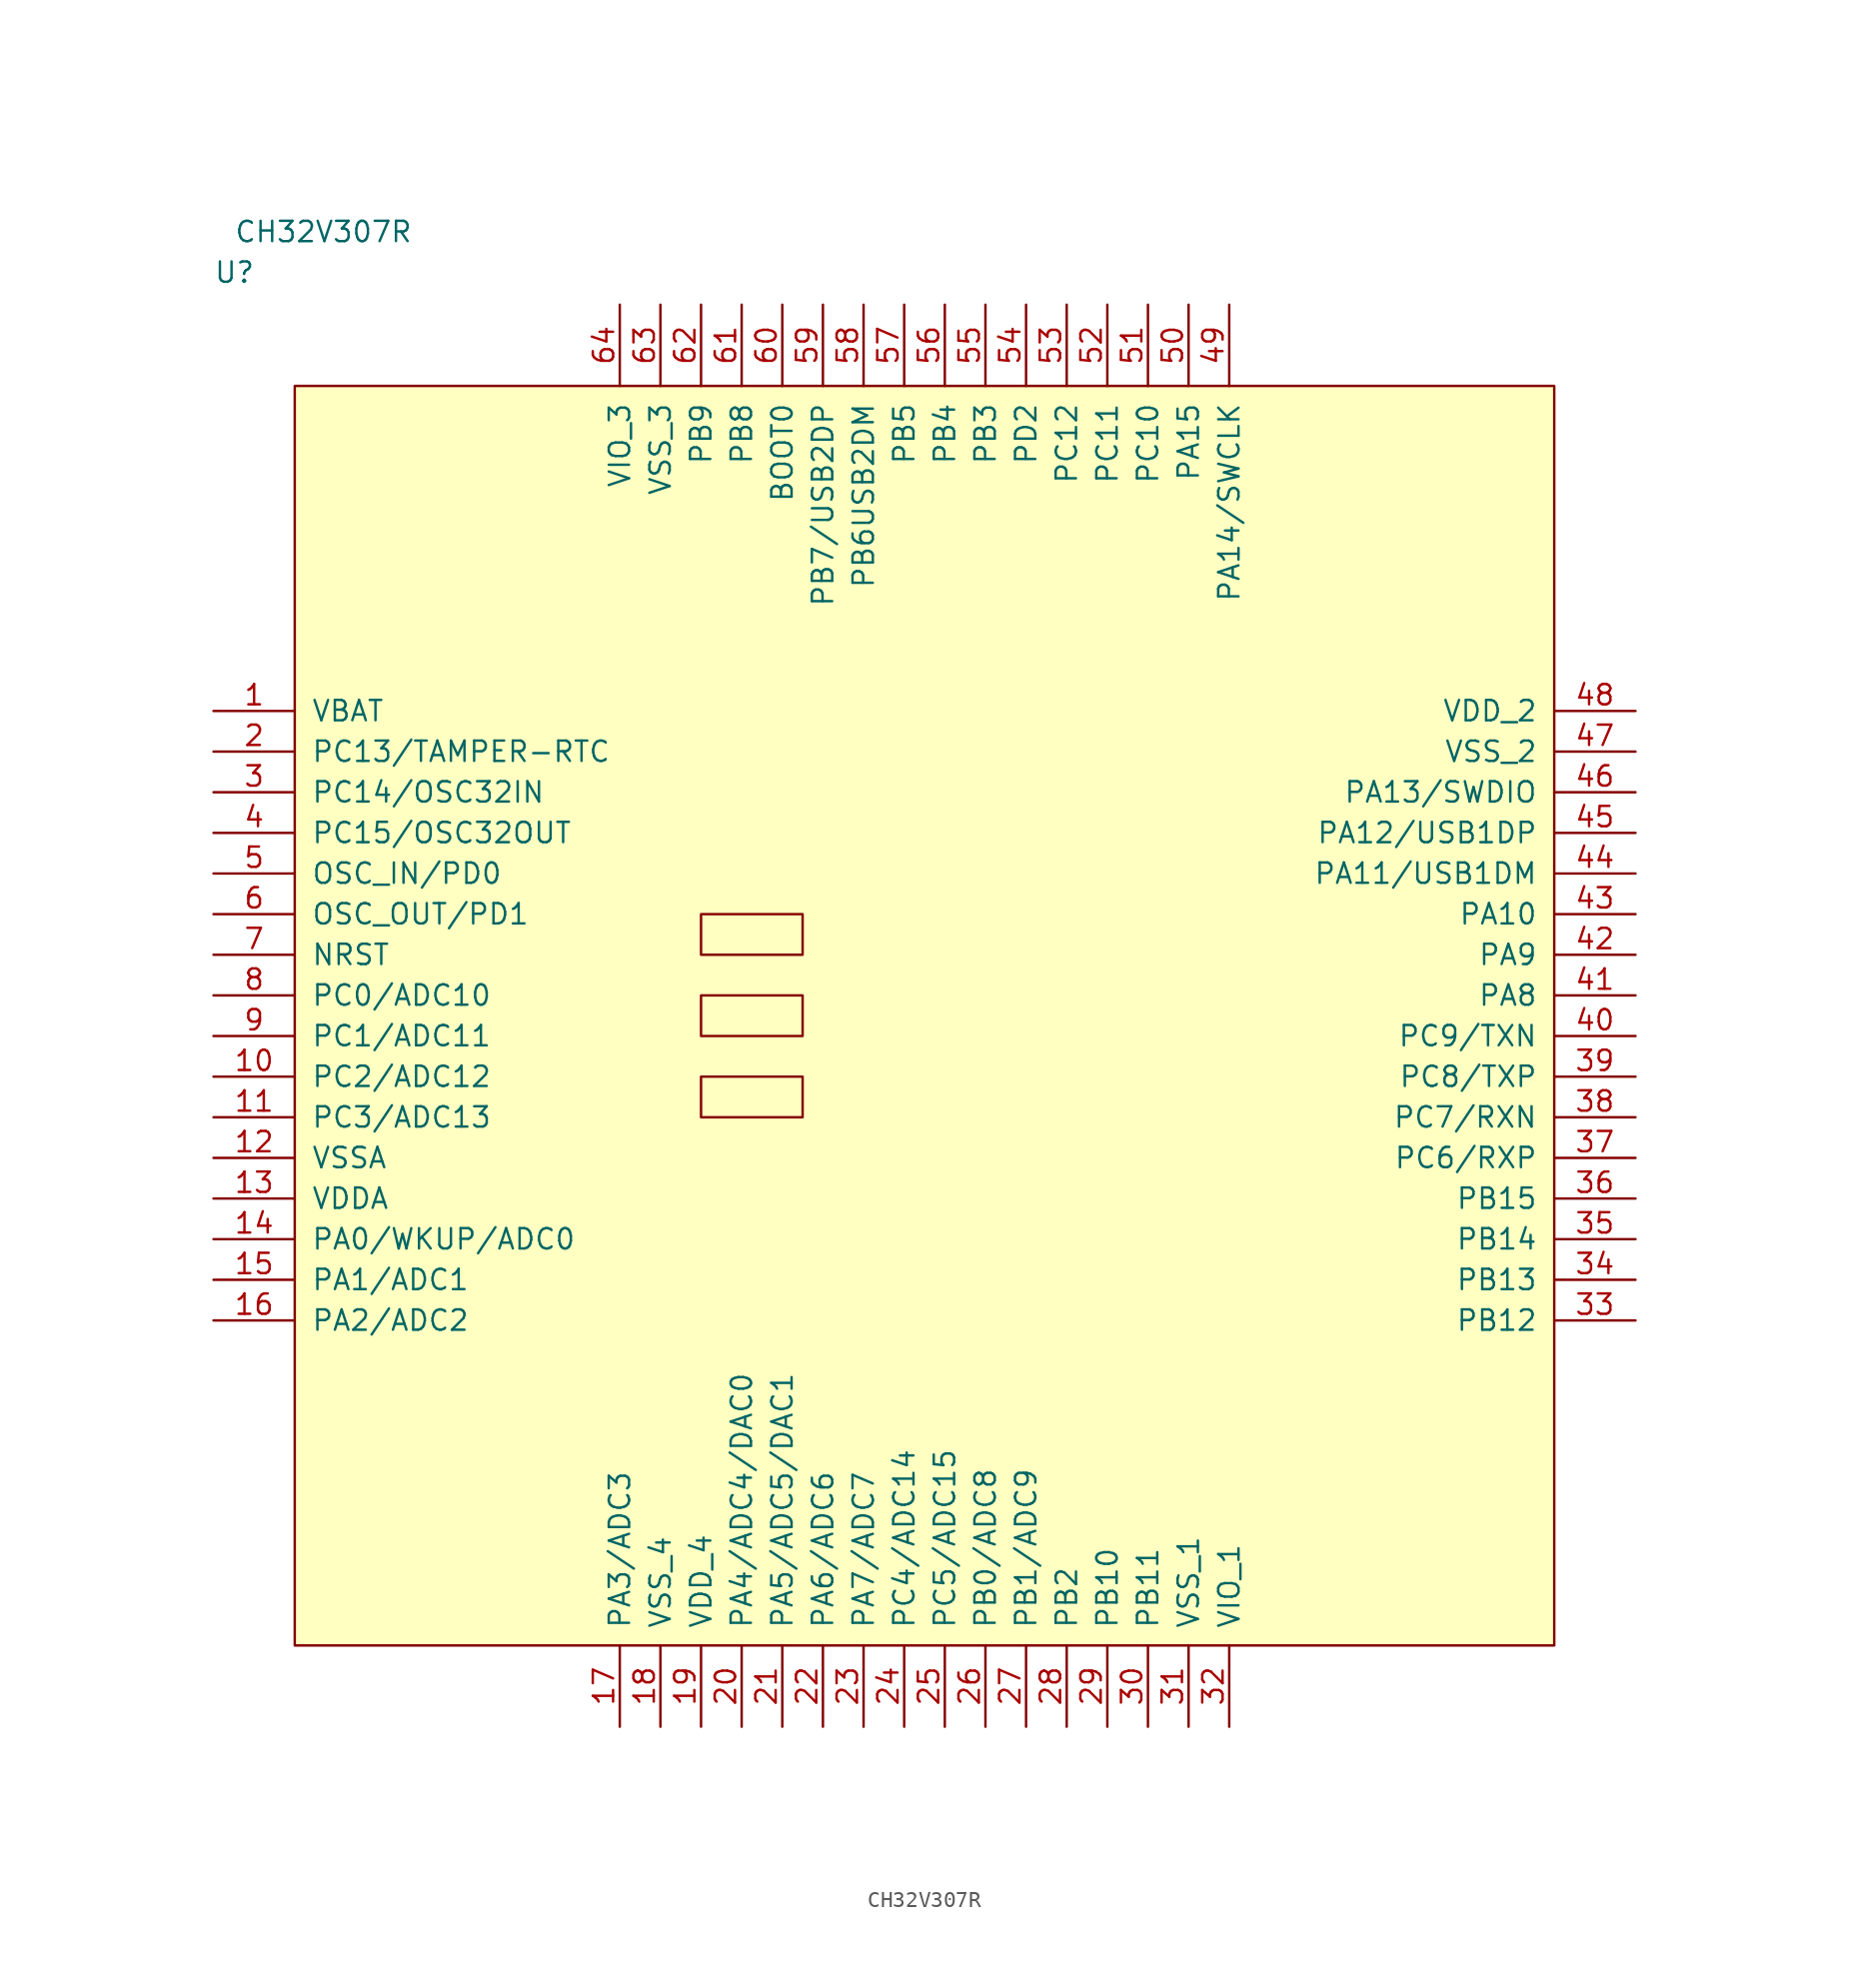
<source format=kicad_sym>
(kicad_symbol_lib
  (version 20211014)
  (generator kicad_symbol_editor)
  (symbol "CH32V307R"
    (pin_names
      (offset 1.016))
    (property "Reference" "U"
      (at -5.08 6.35 0)
      (effects (font (size 1.27 1.27)) (justify left bottom)))
    (property "Value" "CH32V307R"
      (at -3.81 8.89 0)
      (effects (font (size 1.27 1.27)) (justify left bottom)))
    (symbol "CH32V307R_1_1"
      (rectangle (start 0 -78.74) (end 78.74 0) (stroke (width 0) (type default) (color 0 0 0 0)) (fill (type background)))
      (rectangle (start 25.4 -45.72) (end 31.75 -43.18) (stroke (width 0) (type default) (color 0 0 0 0)) (fill (type background)))
      (rectangle (start 25.4 -40.64) (end 31.75 -38.1) (stroke (width 0) (type default) (color 0 0 0 0)) (fill (type background)))
      (rectangle (start 25.4 -35.56) (end 31.75 -33.02) (stroke (width 0) (type default) (color 0 0 0 0)) (fill (type background)))
      (pin power_in line (at -5.08 -20.32 0) (length 5.08) (name "VBAT" (effects (font (size 1.27 1.27)))) (number "1" (effects (font (size 1.27 1.27)))))
      (pin bidirectional line (at -5.08 -43.18 0) (length 5.08) (name "PC2/ADC12" (effects (font (size 1.27 1.27)))) (number "10" (effects (font (size 1.27 1.27)))))
      (pin bidirectional line (at -5.08 -45.72 0) (length 5.08) (name "PC3/ADC13" (effects (font (size 1.27 1.27)))) (number "11" (effects (font (size 1.27 1.27)))))
      (pin power_in line (at -5.08 -48.26 0) (length 5.08) (name "VSSA" (effects (font (size 1.27 1.27)))) (number "12" (effects (font (size 1.27 1.27)))))
      (pin power_in line (at -5.08 -50.8 0) (length 5.08) (name "VDDA" (effects (font (size 1.27 1.27)))) (number "13" (effects (font (size 1.27 1.27)))))
      (pin bidirectional line (at -5.08 -53.34 0) (length 5.08) (name "PA0/WKUP/ADC0" (effects (font (size 1.27 1.27)))) (number "14" (effects (font (size 1.27 1.27)))))
      (pin bidirectional line (at -5.08 -55.88 0) (length 5.08) (name "PA1/ADC1" (effects (font (size 1.27 1.27)))) (number "15" (effects (font (size 1.27 1.27)))))
      (pin bidirectional line (at -5.08 -58.42 0) (length 5.08) (name "PA2/ADC2" (effects (font (size 1.27 1.27)))) (number "16" (effects (font (size 1.27 1.27)))))
      (pin bidirectional line (at 20.32 -83.82 90) (length 5.08) (name "PA3/ADC3" (effects (font (size 1.27 1.27)))) (number "17" (effects (font (size 1.27 1.27)))))
      (pin power_in line (at 22.86 -83.82 90) (length 5.08) (name "VSS_4" (effects (font (size 1.27 1.27)))) (number "18" (effects (font (size 1.27 1.27)))))
      (pin power_in line (at 25.4 -83.82 90) (length 5.08) (name "VDD_4" (effects (font (size 1.27 1.27)))) (number "19" (effects (font (size 1.27 1.27)))))
      (pin bidirectional line (at -5.08 -22.86 0) (length 5.08) (name "PC13/TAMPER-RTC" (effects (font (size 1.27 1.27)))) (number "2" (effects (font (size 1.27 1.27)))))
      (pin bidirectional line (at 27.94 -83.82 90) (length 5.08) (name "PA4/ADC4/DAC0" (effects (font (size 1.27 1.27)))) (number "20" (effects (font (size 1.27 1.27)))))
      (pin bidirectional line (at 30.48 -83.82 90) (length 5.08) (name "PA5/ADC5/DAC1" (effects (font (size 1.27 1.27)))) (number "21" (effects (font (size 1.27 1.27)))))
      (pin bidirectional line (at 33.02 -83.82 90) (length 5.08) (name "PA6/ADC6" (effects (font (size 1.27 1.27)))) (number "22" (effects (font (size 1.27 1.27)))))
      (pin bidirectional line (at 35.56 -83.82 90) (length 5.08) (name "PA7/ADC7" (effects (font (size 1.27 1.27)))) (number "23" (effects (font (size 1.27 1.27)))))
      (pin bidirectional line (at 38.1 -83.82 90) (length 5.08) (name "PC4/ADC14" (effects (font (size 1.27 1.27)))) (number "24" (effects (font (size 1.27 1.27)))))
      (pin bidirectional line (at 40.64 -83.82 90) (length 5.08) (name "PC5/ADC15" (effects (font (size 1.27 1.27)))) (number "25" (effects (font (size 1.27 1.27)))))
      (pin bidirectional line (at 43.18 -83.82 90) (length 5.08) (name "PB0/ADC8" (effects (font (size 1.27 1.27)))) (number "26" (effects (font (size 1.27 1.27)))))
      (pin bidirectional line (at 45.72 -83.82 90) (length 5.08) (name "PB1/ADC9" (effects (font (size 1.27 1.27)))) (number "27" (effects (font (size 1.27 1.27)))))
      (pin bidirectional line (at 48.26 -83.82 90) (length 5.08) (name "PB2" (effects (font (size 1.27 1.27)))) (number "28" (effects (font (size 1.27 1.27)))))
      (pin bidirectional line (at 50.8 -83.82 90) (length 5.08) (name "PB10" (effects (font (size 1.27 1.27)))) (number "29" (effects (font (size 1.27 1.27)))))
      (pin bidirectional line (at -5.08 -25.4 0) (length 5.08) (name "PC14/OSC32IN" (effects (font (size 1.27 1.27)))) (number "3" (effects (font (size 1.27 1.27)))))
      (pin bidirectional line (at 53.34 -83.82 90) (length 5.08) (name "PB11" (effects (font (size 1.27 1.27)))) (number "30" (effects (font (size 1.27 1.27)))))
      (pin power_in line (at 55.88 -83.82 90) (length 5.08) (name "VSS_1" (effects (font (size 1.27 1.27)))) (number "31" (effects (font (size 1.27 1.27)))))
      (pin power_in line (at 58.42 -83.82 90) (length 5.08) (name "VIO_1" (effects (font (size 1.27 1.27)))) (number "32" (effects (font (size 1.27 1.27)))))
      (pin bidirectional line (at 83.82 -58.42 180) (length 5.08) (name "PB12" (effects (font (size 1.27 1.27)))) (number "33" (effects (font (size 1.27 1.27)))))
      (pin bidirectional line (at 83.82 -55.88 180) (length 5.08) (name "PB13" (effects (font (size 1.27 1.27)))) (number "34" (effects (font (size 1.27 1.27)))))
      (pin bidirectional line (at 83.82 -53.34 180) (length 5.08) (name "PB14" (effects (font (size 1.27 1.27)))) (number "35" (effects (font (size 1.27 1.27)))))
      (pin bidirectional line (at 83.82 -50.8 180) (length 5.08) (name "PB15" (effects (font (size 1.27 1.27)))) (number "36" (effects (font (size 1.27 1.27)))))
      (pin bidirectional line (at 83.82 -48.26 180) (length 5.08) (name "PC6/RXP" (effects (font (size 1.27 1.27)))) (number "37" (effects (font (size 1.27 1.27)))))
      (pin bidirectional line (at 83.82 -45.72 180) (length 5.08) (name "PC7/RXN" (effects (font (size 1.27 1.27)))) (number "38" (effects (font (size 1.27 1.27)))))
      (pin bidirectional line (at 83.82 -43.18 180) (length 5.08) (name "PC8/TXP" (effects (font (size 1.27 1.27)))) (number "39" (effects (font (size 1.27 1.27)))))
      (pin bidirectional line (at -5.08 -27.94 0) (length 5.08) (name "PC15/OSC32OUT" (effects (font (size 1.27 1.27)))) (number "4" (effects (font (size 1.27 1.27)))))
      (pin bidirectional line (at 83.82 -40.64 180) (length 5.08) (name "PC9/TXN" (effects (font (size 1.27 1.27)))) (number "40" (effects (font (size 1.27 1.27)))))
      (pin bidirectional line (at 83.82 -38.1 180) (length 5.08) (name "PA8" (effects (font (size 1.27 1.27)))) (number "41" (effects (font (size 1.27 1.27)))))
      (pin bidirectional line (at 83.82 -35.56 180) (length 5.08) (name "PA9" (effects (font (size 1.27 1.27)))) (number "42" (effects (font (size 1.27 1.27)))))
      (pin bidirectional line (at 83.82 -33.02 180) (length 5.08) (name "PA10" (effects (font (size 1.27 1.27)))) (number "43" (effects (font (size 1.27 1.27)))))
      (pin bidirectional line (at 83.82 -30.48 180) (length 5.08) (name "PA11/USB1DM" (effects (font (size 1.27 1.27)))) (number "44" (effects (font (size 1.27 1.27)))))
      (pin bidirectional line (at 83.82 -27.94 180) (length 5.08) (name "PA12/USB1DP" (effects (font (size 1.27 1.27)))) (number "45" (effects (font (size 1.27 1.27)))))
      (pin bidirectional line (at 83.82 -25.4 180) (length 5.08) (name "PA13/SWDIO" (effects (font (size 1.27 1.27)))) (number "46" (effects (font (size 1.27 1.27)))))
      (pin power_in line (at 83.82 -22.86 180) (length 5.08) (name "VSS_2" (effects (font (size 1.27 1.27)))) (number "47" (effects (font (size 1.27 1.27)))))
      (pin power_in line (at 83.82 -20.32 180) (length 5.08) (name "VDD_2" (effects (font (size 1.27 1.27)))) (number "48" (effects (font (size 1.27 1.27)))))
      (pin bidirectional line (at 58.42 5.08 270) (length 5.08) (name "PA14/SWCLK" (effects (font (size 1.27 1.27)))) (number "49" (effects (font (size 1.27 1.27)))))
      (pin input line (at -5.08 -30.48 0) (length 5.08) (name "OSC_IN/PD0" (effects (font (size 1.27 1.27)))) (number "5" (effects (font (size 1.27 1.27)))))
      (pin bidirectional line (at 55.88 5.08 270) (length 5.08) (name "PA15" (effects (font (size 1.27 1.27)))) (number "50" (effects (font (size 1.27 1.27)))))
      (pin bidirectional line (at 53.34 5.08 270) (length 5.08) (name "PC10" (effects (font (size 1.27 1.27)))) (number "51" (effects (font (size 1.27 1.27)))))
      (pin bidirectional line (at 50.8 5.08 270) (length 5.08) (name "PC11" (effects (font (size 1.27 1.27)))) (number "52" (effects (font (size 1.27 1.27)))))
      (pin bidirectional line (at 48.26 5.08 270) (length 5.08) (name "PC12" (effects (font (size 1.27 1.27)))) (number "53" (effects (font (size 1.27 1.27)))))
      (pin bidirectional line (at 45.72 5.08 270) (length 5.08) (name "PD2" (effects (font (size 1.27 1.27)))) (number "54" (effects (font (size 1.27 1.27)))))
      (pin bidirectional line (at 43.18 5.08 270) (length 5.08) (name "PB3" (effects (font (size 1.27 1.27)))) (number "55" (effects (font (size 1.27 1.27)))))
      (pin bidirectional line (at 40.64 5.08 270) (length 5.08) (name "PB4" (effects (font (size 1.27 1.27)))) (number "56" (effects (font (size 1.27 1.27)))))
      (pin bidirectional line (at 38.1 5.08 270) (length 5.08) (name "PB5" (effects (font (size 1.27 1.27)))) (number "57" (effects (font (size 1.27 1.27)))))
      (pin bidirectional line (at 35.56 5.08 270) (length 5.08) (name "PB6USB2DM" (effects (font (size 1.27 1.27)))) (number "58" (effects (font (size 1.27 1.27)))))
      (pin bidirectional line (at 33.02 5.08 270) (length 5.08) (name "PB7/USB2DP" (effects (font (size 1.27 1.27)))) (number "59" (effects (font (size 1.27 1.27)))))
      (pin output line (at -5.08 -33.02 0) (length 5.08) (name "OSC_OUT/PD1" (effects (font (size 1.27 1.27)))) (number "6" (effects (font (size 1.27 1.27)))))
      (pin input line (at 30.48 5.08 270) (length 5.08) (name "BOOT0" (effects (font (size 1.27 1.27)))) (number "60" (effects (font (size 1.27 1.27)))))
      (pin bidirectional line (at 27.94 5.08 270) (length 5.08) (name "PB8" (effects (font (size 1.27 1.27)))) (number "61" (effects (font (size 1.27 1.27)))))
      (pin bidirectional line (at 25.4 5.08 270) (length 5.08) (name "PB9" (effects (font (size 1.27 1.27)))) (number "62" (effects (font (size 1.27 1.27)))))
      (pin power_in line (at 22.86 5.08 270) (length 5.08) (name "VSS_3" (effects (font (size 1.27 1.27)))) (number "63" (effects (font (size 1.27 1.27)))))
      (pin power_in line (at 20.32 5.08 270) (length 5.08) (name "VIO_3" (effects (font (size 1.27 1.27)))) (number "64" (effects (font (size 1.27 1.27)))))
      (pin bidirectional line (at -5.08 -35.56 0) (length 5.08) (name "NRST" (effects (font (size 1.27 1.27)))) (number "7" (effects (font (size 1.27 1.27)))))
      (pin bidirectional line (at -5.08 -38.1 0) (length 5.08) (name "PC0/ADC10" (effects (font (size 1.27 1.27)))) (number "8" (effects (font (size 1.27 1.27)))))
      (pin bidirectional line (at -5.08 -40.64 0) (length 5.08) (name "PC1/ADC11" (effects (font (size 1.27 1.27)))) (number "9" (effects (font (size 1.27 1.27))))))))
</source>
